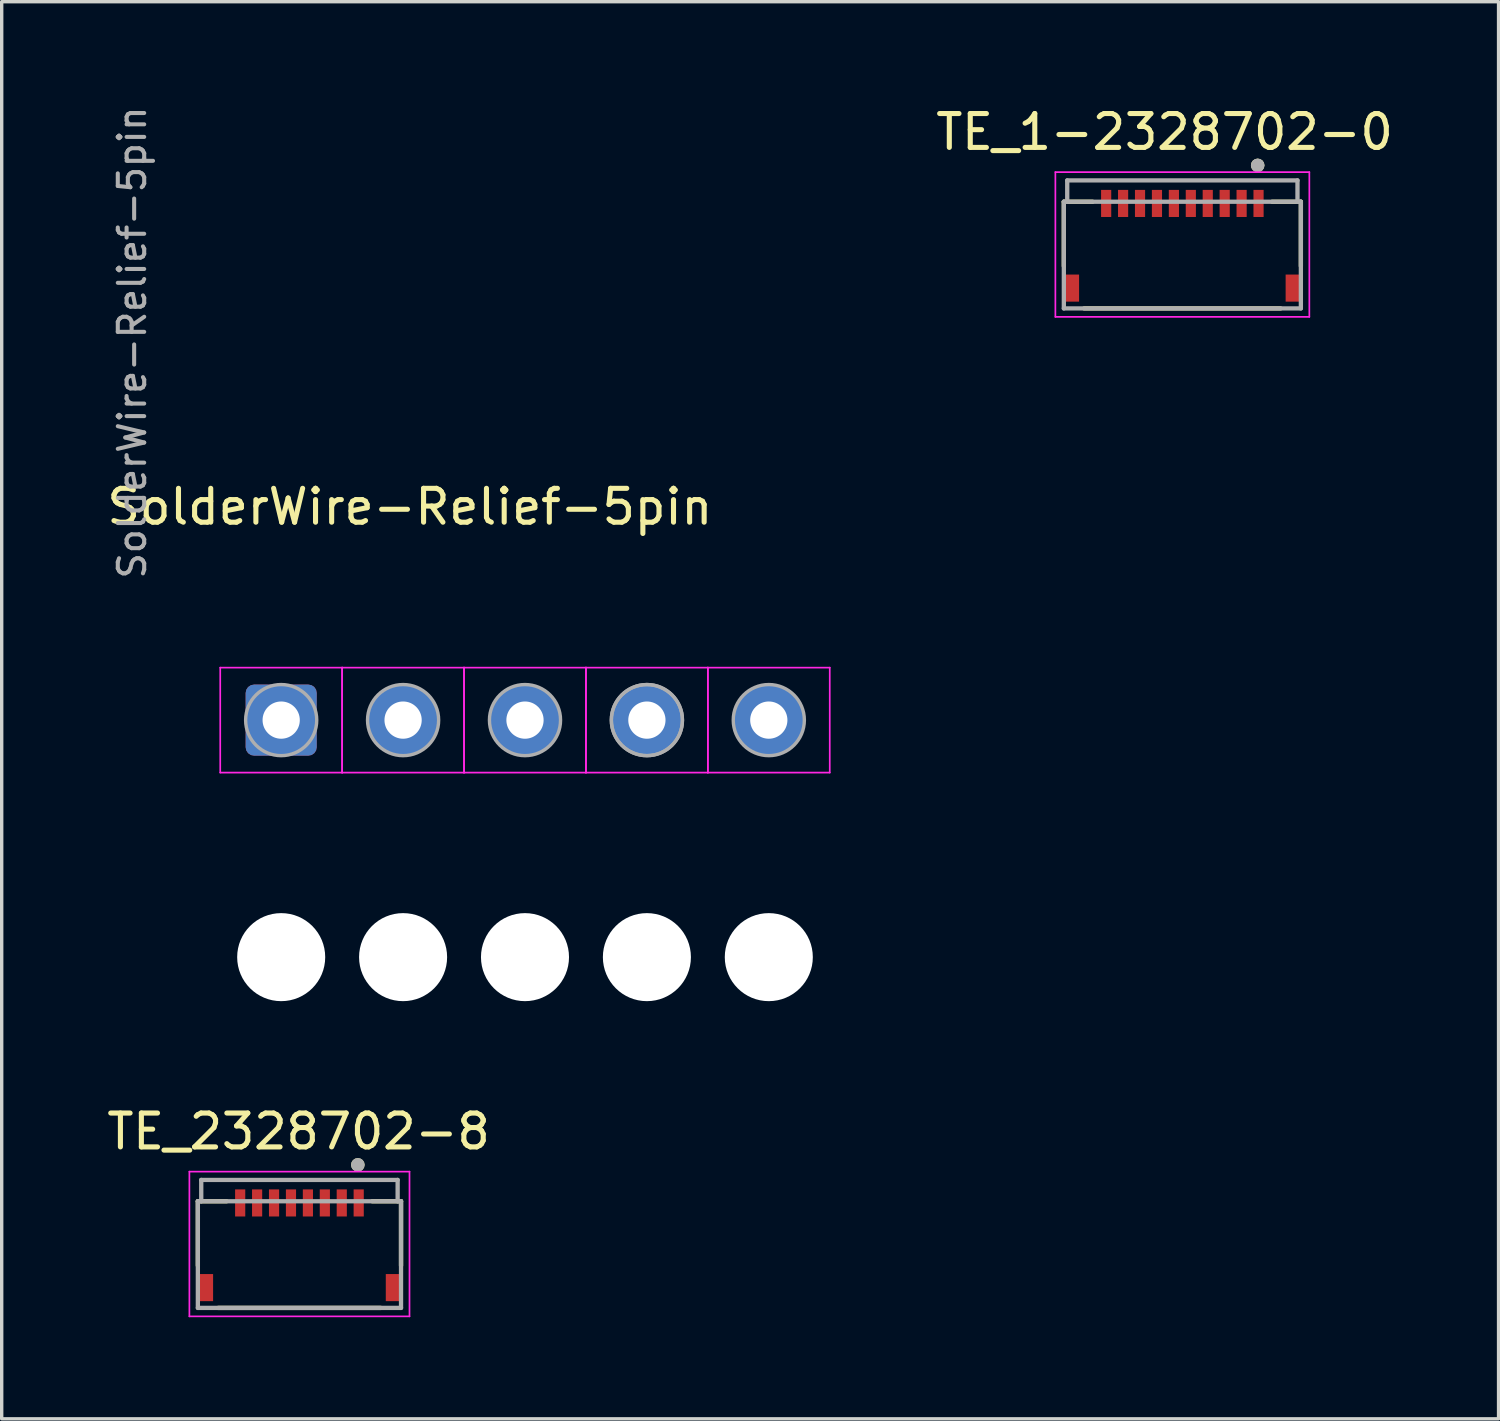
<source format=kicad_pcb>
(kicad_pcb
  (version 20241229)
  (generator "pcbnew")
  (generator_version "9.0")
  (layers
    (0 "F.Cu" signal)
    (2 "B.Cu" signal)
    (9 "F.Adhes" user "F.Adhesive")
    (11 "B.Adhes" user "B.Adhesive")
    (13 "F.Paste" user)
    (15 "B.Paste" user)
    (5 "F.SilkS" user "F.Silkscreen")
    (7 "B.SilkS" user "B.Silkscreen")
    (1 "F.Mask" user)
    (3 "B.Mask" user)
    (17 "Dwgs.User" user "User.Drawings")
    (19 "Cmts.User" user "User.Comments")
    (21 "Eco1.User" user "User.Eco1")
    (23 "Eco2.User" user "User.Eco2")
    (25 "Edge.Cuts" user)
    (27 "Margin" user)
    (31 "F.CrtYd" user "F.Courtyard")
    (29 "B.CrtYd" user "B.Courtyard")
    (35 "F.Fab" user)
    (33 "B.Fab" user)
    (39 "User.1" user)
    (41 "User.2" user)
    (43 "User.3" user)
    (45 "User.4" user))
  (footprint "SolderWire-Relief-5pin"
    (layer "F.Cu")
    (at 5.254 18.216)
    (property "Reference" "SolderWire-Relief-5pin" (at 3.8 -6.3 0) (layer "F.SilkS") (effects (font (size 1 1) (thickness 0.15))))
    (attr exclude_from_pos_files exclude_from_bom)
    (fp_line (start -1.8 -1.55) (end -1.8 1.55) (stroke (width 0.05) (type solid)) (layer "F.CrtYd"))
    (fp_line (start -1.8 1.55) (end 1.8 1.55) (stroke (width 0.05) (type solid)) (layer "F.CrtYd"))
    (fp_line (start 1.8 -1.55) (end -1.8 -1.55) (stroke (width 0.05) (type solid)) (layer "F.CrtYd"))
    (fp_line (start 1.8 -1.55) (end 1.8 1.55) (stroke (width 0.05) (type solid)) (layer "F.CrtYd"))
    (fp_line (start 1.8 1.55) (end 1.8 -1.55) (stroke (width 0.05) (type solid)) (layer "F.CrtYd"))
    (fp_line (start 1.8 1.55) (end 5.4 1.55) (stroke (width 0.05) (type solid)) (layer "F.CrtYd"))
    (fp_line (start 5.4 -1.55) (end 1.8 -1.55) (stroke (width 0.05) (type solid)) (layer "F.CrtYd"))
    (fp_line (start 5.4 -1.55) (end 5.4 1.55) (stroke (width 0.05) (type solid)) (layer "F.CrtYd"))
    (fp_line (start 5.4 1.55) (end 5.4 -1.55) (stroke (width 0.05) (type solid)) (layer "F.CrtYd"))
    (fp_line (start 5.4 1.55) (end 9 1.55) (stroke (width 0.05) (type solid)) (layer "F.CrtYd"))
    (fp_line (start 9 -1.55) (end 5.4 -1.55) (stroke (width 0.05) (type solid)) (layer "F.CrtYd"))
    (fp_line (start 9 -1.55) (end 9 1.55) (stroke (width 0.05) (type solid)) (layer "F.CrtYd"))
    (fp_line (start 9 1.55) (end 9 -1.55) (stroke (width 0.05) (type solid)) (layer "F.CrtYd"))
    (fp_line (start 9 1.55) (end 12.6 1.55) (stroke (width 0.05) (type solid)) (layer "F.CrtYd"))
    (fp_line (start 12.6 -1.55) (end 9 -1.55) (stroke (width 0.05) (type solid)) (layer "F.CrtYd"))
    (fp_line (start 12.6 -1.55) (end 12.6 1.55) (stroke (width 0.05) (type solid)) (layer "F.CrtYd"))
    (fp_line (start 12.6 1.55) (end 12.6 -1.55) (stroke (width 0.05) (type solid)) (layer "F.CrtYd"))
    (fp_line (start 12.6 1.55) (end 16.2 1.55) (stroke (width 0.05) (type solid)) (layer "F.CrtYd"))
    (fp_line (start 16.2 -1.55) (end 12.6 -1.55) (stroke (width 0.05) (type solid)) (layer "F.CrtYd"))
    (fp_line (start 16.2 1.55) (end 16.2 -1.55) (stroke (width 0.05) (type solid)) (layer "F.CrtYd"))
    (fp_circle (center 0 0) (end 1.05 0) (stroke (width 0.1) (type solid)) (fill no) (layer "F.Fab"))
    (fp_circle (center 3.6 0) (end 4.65 0) (stroke (width 0.1) (type solid)) (fill no) (layer "F.Fab"))
    (fp_circle (center 7.2 0) (end 8.25 0) (stroke (width 0.1) (type solid)) (fill no) (layer "F.Fab"))
    (fp_circle (center 10.8 0) (end 11.85 0) (stroke (width 0.1) (type solid)) (fill no) (layer "F.Fab"))
    (fp_circle (center 10.8 0) (end 11.85 0) (stroke (width 0.1) (type solid)) (fill no) (layer "F.Fab"))
    (fp_circle (center 14.4 0) (end 15.45 0) (stroke (width 0.1) (type solid)) (fill no) (layer "F.Fab"))
    (fp_text user "${REFERENCE}" (at -4.4 -11.15 90) (layer "F.Fab") (effects (font (size 0.78 0.78) (thickness 0.12))))
    (pad "" np_thru_hole circle (at 0 7) (size 2.6 2.6) (drill 2.6) (layers "*.Cu" "*.Mask"))
    (pad "" np_thru_hole circle (at 3.6 7) (size 2.6 2.6) (drill 2.6) (layers "*.Cu" "*.Mask"))
    (pad "" np_thru_hole circle (at 7.2 7) (size 2.6 2.6) (drill 2.6) (layers "*.Cu" "*.Mask"))
    (pad "" np_thru_hole circle (at 10.8 7) (size 2.6 2.6) (drill 2.6) (layers "*.Cu" "*.Mask"))
    (pad "" np_thru_hole circle (at 14.4 7) (size 2.6 2.6) (drill 2.6) (layers "*.Cu" "*.Mask"))
    (pad "1" thru_hole roundrect (at 0 0) (size 2.1 2.1) (drill 1.1) (layers "*.Cu" "*.Mask") (roundrect_rratio 0.119))
    (pad "2" thru_hole circle (at 3.6 0) (size 2.1 2.1) (drill 1.1) (layers "*.Cu" "*.Mask"))
    (pad "3" thru_hole circle (at 7.2 0) (size 2.1 2.1) (drill 1.1) (layers "*.Cu" "*.Mask"))
    (pad "4" thru_hole circle (at 10.8 0) (size 2.1 2.1) (drill 1.1) (layers "*.Cu" "*.Mask"))
    (pad "5" thru_hole circle (at 14.4 0) (size 2.1 2.1) (drill 1.1) (layers "*.Cu" "*.Mask")))
  (footprint "TE_1-2328702-0"
    (layer "F.Cu")
    (at 34.117 2.958)
    (property "Reference" "TE_1-2328702-0" (at -2.775 -2.11 0) (layer "F.SilkS") (effects (font (size 1 1) (thickness 0.15))))
    (attr smd)
    (fp_line (start -5.75 -0.05) (end -5.75 1.85) (stroke (width 0.127) (type solid)) (layer "F.SilkS"))
    (fp_line (start -5.15 3.1) (end 0.65 3.1) (stroke (width 0.127) (type solid)) (layer "F.SilkS"))
    (fp_line (start -4.9 -0.05) (end -5.75 -0.05) (stroke (width 0.127) (type solid)) (layer "F.SilkS"))
    (fp_line (start 0.4 -0.05) (end 1.25 -0.05) (stroke (width 0.127) (type solid)) (layer "F.SilkS"))
    (fp_line (start 1.25 -0.05) (end 1.25 1.85) (stroke (width 0.127) (type solid)) (layer "F.SilkS"))
    (fp_circle (center -0.025 -1.125) (end 0.075 -1.125) (stroke (width 0.2) (type solid)) (fill no) (layer "F.SilkS"))
    (fp_line (start -6 -0.925) (end 1.5 -0.925) (stroke (width 0.05) (type solid)) (layer "F.CrtYd"))
    (fp_line (start -6 3.35) (end -6 -0.925) (stroke (width 0.05) (type solid)) (layer "F.CrtYd"))
    (fp_line (start 1.5 -0.925) (end 1.5 3.35) (stroke (width 0.05) (type solid)) (layer "F.CrtYd"))
    (fp_line (start 1.5 3.35) (end -6 3.35) (stroke (width 0.05) (type solid)) (layer "F.CrtYd"))
    (fp_line (start -5.75 -0.05) (end -5.65 -0.05) (stroke (width 0.127) (type solid)) (layer "F.Fab"))
    (fp_line (start -5.75 3.1) (end -5.75 -0.05) (stroke (width 0.127) (type solid)) (layer "F.Fab"))
    (fp_line (start -5.65 -0.68) (end 1.15 -0.68) (stroke (width 0.127) (type solid)) (layer "F.Fab"))
    (fp_line (start -5.65 -0.05) (end -5.65 -0.68) (stroke (width 0.127) (type solid)) (layer "F.Fab"))
    (fp_line (start -5.65 -0.05) (end 1.15 -0.05) (stroke (width 0.127) (type solid)) (layer "F.Fab"))
    (fp_line (start 1.15 -0.68) (end 1.15 -0.05) (stroke (width 0.127) (type solid)) (layer "F.Fab"))
    (fp_line (start 1.15 -0.05) (end 1.25 -0.05) (stroke (width 0.127) (type solid)) (layer "F.Fab"))
    (fp_line (start 1.25 -0.05) (end 1.25 3.1) (stroke (width 0.127) (type solid)) (layer "F.Fab"))
    (fp_line (start 1.25 3.1) (end -5.75 3.1) (stroke (width 0.127) (type solid)) (layer "F.Fab"))
    (fp_circle (center -0.025 -1.125) (end 0.075 -1.125) (stroke (width 0.2) (type solid)) (fill no) (layer "F.Fab"))
    (pad "1" smd rect (at 0 0) (size 0.3 0.8) (layers "F.Cu" "F.Mask" "F.Paste"))
    (pad "2" smd rect (at -0.5 0) (size 0.3 0.8) (layers "F.Cu" "F.Mask" "F.Paste"))
    (pad "3" smd rect (at -1 0) (size 0.3 0.8) (layers "F.Cu" "F.Mask" "F.Paste"))
    (pad "4" smd rect (at -1.5 0) (size 0.3 0.8) (layers "F.Cu" "F.Mask" "F.Paste"))
    (pad "5" smd rect (at -2 0) (size 0.3 0.8) (layers "F.Cu" "F.Mask" "F.Paste"))
    (pad "6" smd rect (at -2.5 0) (size 0.3 0.8) (layers "F.Cu" "F.Mask" "F.Paste"))
    (pad "7" smd rect (at -3 0) (size 0.3 0.8) (layers "F.Cu" "F.Mask" "F.Paste"))
    (pad "8" smd rect (at -3.5 0) (size 0.3 0.8) (layers "F.Cu" "F.Mask" "F.Paste"))
    (pad "9" smd rect (at -4 0) (size 0.3 0.8) (layers "F.Cu" "F.Mask" "F.Paste"))
    (pad "10" smd rect (at -4.5 0) (size 0.3 0.8) (layers "F.Cu" "F.Mask" "F.Paste"))
    (pad "S1" smd rect (at 1 2.5) (size 0.4 0.8) (layers "F.Cu" "F.Mask" "F.Paste"))
    (pad "S2" smd rect (at -5.5 2.5) (size 0.4 0.8) (layers "F.Cu" "F.Mask" "F.Paste")))
  (footprint "TE_2328702-8"
    (layer "F.Cu")
    (at 7.543 32.475)
    (property "Reference" "TE_2328702-8" (at -1.775 -2.11 0) (layer "F.SilkS") (effects (font (size 1 1) (thickness 0.15))))
    (attr smd)
    (fp_line (start -4.75 -0.05) (end -4.75 1.85) (stroke (width 0.127) (type solid)) (layer "F.SilkS"))
    (fp_line (start -4.15 3.1) (end 0.65 3.1) (stroke (width 0.127) (type solid)) (layer "F.SilkS"))
    (fp_line (start -3.9 -0.05) (end -4.75 -0.05) (stroke (width 0.127) (type solid)) (layer "F.SilkS"))
    (fp_line (start 0.4 -0.05) (end 1.25 -0.05) (stroke (width 0.127) (type solid)) (layer "F.SilkS"))
    (fp_line (start 1.25 -0.05) (end 1.25 1.85) (stroke (width 0.127) (type solid)) (layer "F.SilkS"))
    (fp_circle (center -0.025 -1.125) (end 0.075 -1.125) (stroke (width 0.2) (type solid)) (fill no) (layer "F.SilkS"))
    (fp_line (start -5 -0.925) (end 1.5 -0.925) (stroke (width 0.05) (type solid)) (layer "F.CrtYd"))
    (fp_line (start -5 3.35) (end -5 -0.925) (stroke (width 0.05) (type solid)) (layer "F.CrtYd"))
    (fp_line (start 1.5 -0.925) (end 1.5 3.35) (stroke (width 0.05) (type solid)) (layer "F.CrtYd"))
    (fp_line (start 1.5 3.35) (end -5 3.35) (stroke (width 0.05) (type solid)) (layer "F.CrtYd"))
    (fp_line (start -4.75 -0.05) (end -4.65 -0.05) (stroke (width 0.127) (type solid)) (layer "F.Fab"))
    (fp_line (start -4.75 3.1) (end -4.75 -0.05) (stroke (width 0.127) (type solid)) (layer "F.Fab"))
    (fp_line (start -4.65 -0.68) (end 1.15 -0.68) (stroke (width 0.127) (type solid)) (layer "F.Fab"))
    (fp_line (start -4.65 -0.05) (end -4.65 -0.68) (stroke (width 0.127) (type solid)) (layer "F.Fab"))
    (fp_line (start -4.65 -0.05) (end 1.15 -0.05) (stroke (width 0.127) (type solid)) (layer "F.Fab"))
    (fp_line (start 1.15 -0.68) (end 1.15 -0.05) (stroke (width 0.127) (type solid)) (layer "F.Fab"))
    (fp_line (start 1.15 -0.05) (end 1.25 -0.05) (stroke (width 0.127) (type solid)) (layer "F.Fab"))
    (fp_line (start 1.25 -0.05) (end 1.25 3.1) (stroke (width 0.127) (type solid)) (layer "F.Fab"))
    (fp_line (start 1.25 3.1) (end -4.75 3.1) (stroke (width 0.127) (type solid)) (layer "F.Fab"))
    (fp_circle (center -0.025 -1.125) (end 0.075 -1.125) (stroke (width 0.2) (type solid)) (fill no) (layer "F.Fab"))
    (pad "1" smd rect (at 0 0) (size 0.3 0.8) (layers "F.Cu" "F.Mask" "F.Paste"))
    (pad "2" smd rect (at -0.5 0) (size 0.3 0.8) (layers "F.Cu" "F.Mask" "F.Paste"))
    (pad "3" smd rect (at -1 0) (size 0.3 0.8) (layers "F.Cu" "F.Mask" "F.Paste"))
    (pad "4" smd rect (at -1.5 0) (size 0.3 0.8) (layers "F.Cu" "F.Mask" "F.Paste"))
    (pad "5" smd rect (at -2 0) (size 0.3 0.8) (layers "F.Cu" "F.Mask" "F.Paste"))
    (pad "6" smd rect (at -2.5 0) (size 0.3 0.8) (layers "F.Cu" "F.Mask" "F.Paste"))
    (pad "7" smd rect (at -3 0) (size 0.3 0.8) (layers "F.Cu" "F.Mask" "F.Paste"))
    (pad "8" smd rect (at -3.5 0) (size 0.3 0.8) (layers "F.Cu" "F.Mask" "F.Paste"))
    (pad "S1" smd rect (at 1 2.5) (size 0.4 0.8) (layers "F.Cu" "F.Mask" "F.Paste"))
    (pad "S2" smd rect (at -4.5 2.5) (size 0.4 0.8) (layers "F.Cu" "F.Mask" "F.Paste")))
  (gr_rect
    (start -3 -3)
    (end 41.205 38.85)
    (stroke (width 0.1) (type default))
    (fill no)
    (layer "Edge.Cuts")))
</source>
